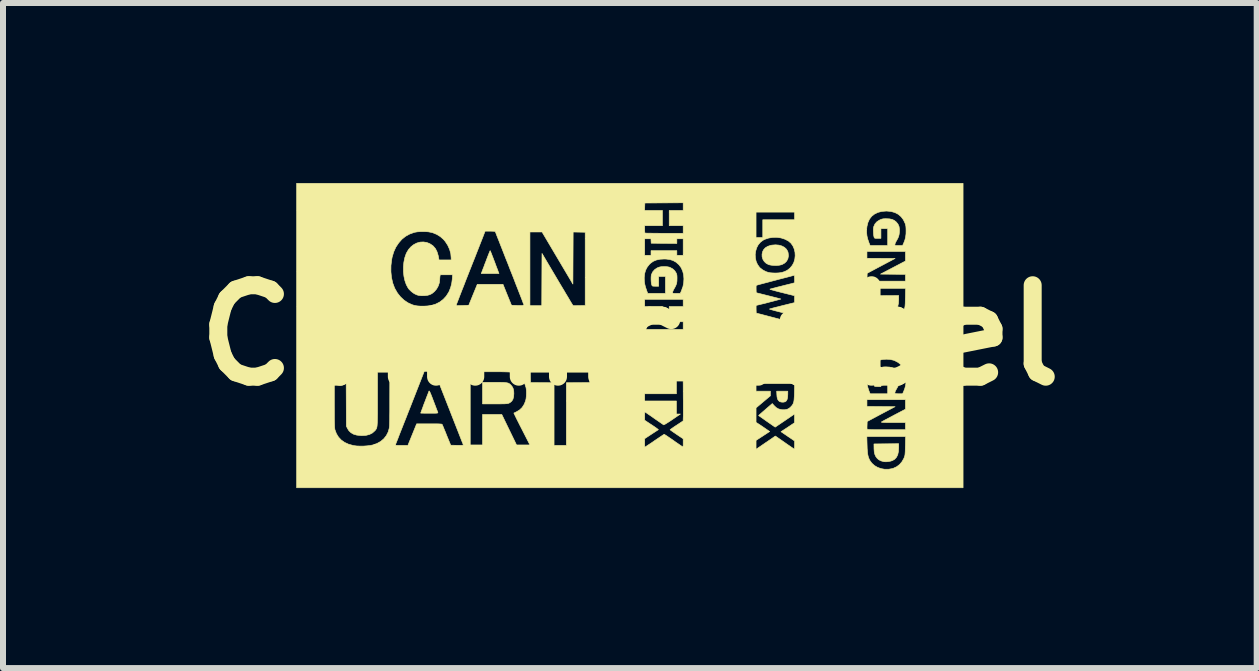
<source format=kicad_pcb>
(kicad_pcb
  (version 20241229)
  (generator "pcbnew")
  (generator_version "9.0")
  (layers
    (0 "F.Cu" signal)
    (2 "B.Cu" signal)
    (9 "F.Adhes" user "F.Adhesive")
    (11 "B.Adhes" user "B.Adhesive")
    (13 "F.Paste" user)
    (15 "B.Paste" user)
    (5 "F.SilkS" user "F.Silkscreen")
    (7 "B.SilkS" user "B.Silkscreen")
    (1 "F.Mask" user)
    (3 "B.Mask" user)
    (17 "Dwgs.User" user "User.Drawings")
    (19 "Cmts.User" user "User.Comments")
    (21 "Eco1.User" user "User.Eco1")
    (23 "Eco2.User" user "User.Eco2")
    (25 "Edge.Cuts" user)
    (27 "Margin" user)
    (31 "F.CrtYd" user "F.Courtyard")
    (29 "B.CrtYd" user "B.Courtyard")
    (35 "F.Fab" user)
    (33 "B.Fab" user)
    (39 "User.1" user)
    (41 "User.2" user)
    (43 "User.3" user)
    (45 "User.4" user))
  (footprint "CommsLabel"
    (layer "F.Cu")
    (at 7.446 2.538)
    (property "Reference" "CommsLabel" (at 0 0 0) (layer "F.SilkS") (effects (font (size 1.524 1.524) (thickness 0.3))))
    (attr through_hole)
    (fp_poly (pts (xy 2.632 0.982) (xy 2.629 1.031) (xy 2.621 1.068) (xy 2.607 1.093) (xy 2.586 1.108) (xy 2.557 1.114) (xy 2.548 1.114) (xy 2.523 1.112) (xy 2.501 1.106) (xy 2.496 1.104) (xy 2.476 1.087) (xy 2.462 1.063) (xy 2.453 1.027) (xy 2.45 0.99) (xy 2.447 0.931) (xy 2.632 0.931) (xy 2.632 0.982)) (stroke (width 0.01) (type solid)) (fill yes) (layer "F.SilkS"))
    (fp_poly (pts (xy 4.48 -0.598) (xy 4.476 -0.533) (xy 4.464 -0.48) (xy 4.443 -0.437) (xy 4.413 -0.405) (xy 4.379 -0.384) (xy 4.342 -0.372) (xy 4.298 -0.365) (xy 4.254 -0.363) (xy 4.223 -0.367) (xy 4.188 -0.376) (xy 4.161 -0.388) (xy 4.137 -0.405) (xy 4.128 -0.413) (xy 4.103 -0.441) (xy 4.086 -0.476) (xy 4.075 -0.519) (xy 4.069 -0.573) (xy 4.069 -0.589) (xy 4.068 -0.66) (xy 4.274 -0.662) (xy 4.48 -0.663) (xy 4.48 -0.598)) (stroke (width 0.01) (type solid)) (fill yes) (layer "F.SilkS"))
    (fp_poly (pts (xy 4.48 1.872) (xy 4.476 1.936) (xy 4.464 1.99) (xy 4.443 2.032) (xy 4.413 2.065) (xy 4.379 2.085) (xy 4.348 2.096) (xy 4.311 2.103) (xy 4.272 2.107) (xy 4.24 2.106) (xy 4.233 2.105) (xy 4.185 2.092) (xy 4.148 2.073) (xy 4.122 2.05) (xy 4.099 2.02) (xy 4.083 1.985) (xy 4.073 1.942) (xy 4.069 1.89) (xy 4.069 1.879) (xy 4.068 1.81) (xy 4.274 1.808) (xy 4.48 1.806) (xy 4.48 1.872)) (stroke (width 0.01) (type solid)) (fill yes) (layer "F.SilkS"))
    (fp_poly (pts (xy -2.325 -1.405) (xy -2.317 -1.387) (xy -2.306 -1.36) (xy -2.293 -1.325) (xy -2.277 -1.285) (xy -2.27 -1.265) (xy -2.252 -1.219) (xy -2.236 -1.175) (xy -2.221 -1.135) (xy -2.208 -1.102) (xy -2.199 -1.079) (xy -2.198 -1.074) (xy -2.181 -1.03) (xy -2.476 -1.03) (xy -2.463 -1.064) (xy -2.457 -1.08) (xy -2.447 -1.107) (xy -2.433 -1.142) (xy -2.418 -1.184) (xy -2.4 -1.229) (xy -2.391 -1.254) (xy -2.374 -1.298) (xy -2.359 -1.337) (xy -2.346 -1.37) (xy -2.336 -1.394) (xy -2.33 -1.408) (xy -2.328 -1.411) (xy -2.325 -1.405)) (stroke (width 0.01) (type solid)) (fill yes) (layer "F.SilkS"))
    (fp_poly (pts (xy 2.484 -1.503) (xy 2.533 -1.489) (xy 2.575 -1.467) (xy 2.608 -1.437) (xy 2.631 -1.399) (xy 2.638 -1.374) (xy 2.643 -1.323) (xy 2.634 -1.278) (xy 2.613 -1.237) (xy 2.581 -1.205) (xy 2.539 -1.181) (xy 2.525 -1.176) (xy 2.489 -1.168) (xy 2.445 -1.164) (xy 2.398 -1.165) (xy 2.354 -1.169) (xy 2.317 -1.177) (xy 2.314 -1.178) (xy 2.273 -1.199) (xy 2.24 -1.23) (xy 2.217 -1.267) (xy 2.204 -1.309) (xy 2.203 -1.353) (xy 2.214 -1.397) (xy 2.227 -1.424) (xy 2.256 -1.457) (xy 2.296 -1.482) (xy 2.346 -1.499) (xy 2.367 -1.503) (xy 2.428 -1.508) (xy 2.484 -1.503)) (stroke (width 0.01) (type solid)) (fill yes) (layer "F.SilkS"))
    (fp_poly (pts (xy -2.256 0.783) (xy -2.192 0.783) (xy -2.141 0.784) (xy -2.1 0.785) (xy -2.069 0.788) (xy -2.044 0.792) (xy -2.025 0.797) (xy -2.01 0.805) (xy -1.996 0.815) (xy -1.983 0.828) (xy -1.974 0.838) (xy -1.954 0.865) (xy -1.942 0.894) (xy -1.935 0.93) (xy -1.933 0.97) (xy -1.937 1.023) (xy -1.948 1.065) (xy -1.968 1.097) (xy -1.997 1.121) (xy -2.014 1.13) (xy -2.024 1.134) (xy -2.035 1.136) (xy -2.049 1.139) (xy -2.069 1.14) (xy -2.095 1.142) (xy -2.13 1.142) (xy -2.175 1.143) (xy -2.232 1.143) (xy -2.249 1.143) (xy -2.455 1.143) (xy -2.455 0.783) (xy -2.256 0.783)) (stroke (width 0.01) (type solid)) (fill yes) (layer "F.SilkS"))
    (fp_poly (pts (xy -3.342 0.928) (xy -3.336 0.938) (xy -3.326 0.958) (xy -3.313 0.989) (xy -3.296 1.032) (xy -3.275 1.088) (xy -3.272 1.095) (xy -3.254 1.143) (xy -3.237 1.187) (xy -3.223 1.225) (xy -3.211 1.255) (xy -3.203 1.276) (xy -3.2 1.286) (xy -3.199 1.29) (xy -3.201 1.293) (xy -3.209 1.295) (xy -3.223 1.297) (xy -3.245 1.298) (xy -3.278 1.298) (xy -3.323 1.298) (xy -3.34 1.298) (xy -3.384 1.298) (xy -3.422 1.298) (xy -3.453 1.297) (xy -3.475 1.297) (xy -3.485 1.296) (xy -3.485 1.296) (xy -3.483 1.288) (xy -3.476 1.27) (xy -3.466 1.242) (xy -3.453 1.208) (xy -3.439 1.168) (xy -3.423 1.126) (xy -3.406 1.083) (xy -3.391 1.042) (xy -3.376 1.004) (xy -3.363 0.971) (xy -3.354 0.946) (xy -3.348 0.931) (xy -3.346 0.927) (xy -3.342 0.928)) (stroke (width 0.01) (type solid)) (fill yes) (layer "F.SilkS"))
    (fp_poly (pts (xy 5.553 2.54) (xy -5.553 2.54) (xy -5.553 0.614) (xy -4.925 0.614) (xy -4.925 1.074) (xy -4.925 1.17) (xy -4.924 1.253) (xy -4.924 1.324) (xy -4.924 1.384) (xy -4.923 1.433) (xy -4.922 1.474) (xy -4.921 1.506) (xy -4.92 1.531) (xy -4.918 1.55) (xy -4.916 1.564) (xy -4.915 1.572) (xy -4.89 1.639) (xy -4.855 1.696) (xy -4.809 1.745) (xy -4.752 1.785) (xy -4.686 1.815) (xy -4.608 1.836) (xy -4.598 1.838) (xy -4.552 1.844) (xy -4.498 1.846) (xy -4.44 1.846) (xy -4.382 1.842) (xy -4.33 1.836) (xy -4.288 1.828) (xy -4.284 1.827) (xy -3.906 1.827) (xy -3.903 1.83) (xy -3.895 1.832) (xy -3.878 1.834) (xy -3.851 1.834) (xy -3.813 1.834) (xy -3.805 1.834) (xy -3.699 1.834) (xy -3.626 1.655) (xy -3.553 1.475) (xy -3.343 1.475) (xy -3.276 1.475) (xy -3.222 1.475) (xy -3.181 1.476) (xy -3.153 1.478) (xy -3.135 1.48) (xy -3.129 1.483) (xy -3.125 1.491) (xy -3.116 1.511) (xy -3.104 1.54) (xy -3.089 1.577) (xy -3.071 1.619) (xy -3.055 1.661) (xy -2.985 1.831) (xy -2.878 1.833) (xy -2.838 1.833) (xy -2.805 1.833) (xy -2.784 1.831) (xy -2.774 1.829) (xy -2.774 1.828) (xy -2.777 1.821) (xy -2.784 1.801) (xy -2.797 1.77) (xy -2.813 1.729) (xy -2.833 1.678) (xy -2.856 1.619) (xy -2.882 1.553) (xy -2.911 1.479) (xy -2.942 1.4) (xy -2.975 1.316) (xy -3.009 1.228) (xy -3.016 1.211) (xy -3.253 0.607) (xy -2.66 0.607) (xy -2.66 1.827) (xy -2.455 1.827) (xy -2.455 1.319) (xy -2.295 1.319) (xy -2.134 1.319) (xy -2.011 1.573) (xy -1.888 1.827) (xy -1.665 1.827) (xy -1.8 1.562) (xy -1.829 1.506) (xy -1.855 1.454) (xy -1.879 1.407) (xy -1.899 1.366) (xy -1.915 1.333) (xy -1.926 1.31) (xy -1.932 1.297) (xy -1.932 1.295) (xy -1.925 1.292) (xy -1.909 1.284) (xy -1.89 1.275) (xy -1.838 1.244) (xy -1.795 1.203) (xy -1.761 1.15) (xy -1.739 1.096) (xy -1.73 1.06) (xy -1.725 1.014) (xy -1.723 0.966) (xy -1.724 0.918) (xy -1.729 0.877) (xy -1.732 0.865) (xy -1.754 0.799) (xy -1.786 0.741) (xy -1.829 0.692) (xy -1.88 0.653) (xy -1.939 0.625) (xy -1.965 0.618) (xy -1.977 0.615) (xy -1.985 0.614) (xy -1.658 0.614) (xy -1.657 0.7) (xy -1.655 0.787) (xy -1.459 0.789) (xy -1.263 0.79) (xy -1.263 1.834) (xy -1.058 1.834) (xy -1.058 0.974) (xy 0.247 0.974) (xy 0.247 1.094) (xy 0.776 1.094) (xy 0.776 1.312) (xy 0.842 1.312) (xy 0.707 1.404) (xy 0.661 1.435) (xy 0.623 1.459) (xy 0.594 1.477) (xy 0.573 1.488) (xy 0.563 1.492) (xy 0.563 1.491) (xy 0.555 1.486) (xy 0.537 1.474) (xy 0.511 1.456) (xy 0.478 1.433) (xy 0.44 1.407) (xy 0.404 1.382) (xy 0.364 1.353) (xy 0.327 1.328) (xy 0.296 1.307) (xy 0.272 1.29) (xy 0.256 1.28) (xy 0.251 1.277) (xy 0.249 1.284) (xy 0.248 1.301) (xy 0.247 1.327) (xy 0.247 1.346) (xy 0.247 1.415) (xy 0.342 1.478) (xy 0.376 1.5) (xy 0.407 1.521) (xy 0.433 1.539) (xy 0.451 1.552) (xy 0.456 1.556) (xy 0.476 1.572) (xy 0.361 1.647) (xy 0.247 1.722) (xy 0.247 1.793) (xy 0.247 1.822) (xy 0.248 1.845) (xy 0.25 1.86) (xy 0.251 1.863) (xy 0.258 1.859) (xy 0.274 1.848) (xy 0.3 1.831) (xy 0.332 1.81) (xy 0.37 1.785) (xy 0.411 1.756) (xy 0.411 1.756) (xy 0.453 1.728) (xy 0.49 1.703) (xy 0.523 1.681) (xy 0.548 1.664) (xy 0.565 1.653) (xy 0.572 1.649) (xy 0.578 1.652) (xy 0.595 1.663) (xy 0.62 1.679) (xy 0.652 1.701) (xy 0.689 1.726) (xy 0.724 1.75) (xy 0.764 1.779) (xy 0.801 1.804) (xy 0.833 1.826) (xy 0.858 1.843) (xy 0.874 1.854) (xy 0.88 1.858) (xy 0.884 1.858) (xy 0.887 1.848) (xy 0.889 1.829) (xy 0.889 1.797) (xy 0.889 1.794) (xy 0.889 1.724) (xy 0.78 1.651) (xy 0.745 1.627) (xy 0.716 1.607) (xy 0.692 1.59) (xy 0.676 1.578) (xy 0.671 1.573) (xy 0.671 1.573) (xy 0.676 1.569) (xy 0.692 1.557) (xy 0.715 1.541) (xy 0.745 1.52) (xy 0.779 1.498) (xy 0.888 1.426) (xy 0.89 1.364) (xy 0.891 1.342) (xy 0.891 1.309) (xy 0.891 1.266) (xy 0.891 1.214) (xy 0.891 1.157) (xy 0.891 1.095) (xy 0.89 1.032) (xy 0.89 1.032) (xy 0.889 0.804) (xy 2.103 0.804) (xy 2.103 0.931) (xy 2.342 0.931) (xy 2.342 1.008) (xy 2.223 1.108) (xy 2.103 1.209) (xy 2.103 1.45) (xy 2.168 1.492) (xy 2.201 1.514) (xy 2.236 1.538) (xy 2.268 1.56) (xy 2.281 1.569) (xy 2.33 1.603) (xy 2.103 1.751) (xy 2.103 1.899) (xy 2.214 1.823) (xy 2.253 1.796) (xy 2.292 1.77) (xy 2.328 1.745) (xy 2.358 1.725) (xy 2.375 1.713) (xy 2.425 1.678) (xy 2.576 1.783) (xy 2.617 1.812) (xy 2.655 1.838) (xy 2.687 1.86) (xy 2.712 1.877) (xy 2.729 1.889) (xy 2.736 1.893) (xy 2.74 1.893) (xy 2.743 1.884) (xy 2.744 1.864) (xy 2.745 1.832) (xy 2.745 1.829) (xy 2.745 1.76) (xy 2.637 1.686) (xy 3.949 1.686) (xy 3.953 1.826) (xy 3.955 1.887) (xy 3.959 1.936) (xy 3.963 1.977) (xy 3.97 2.01) (xy 3.978 2.039) (xy 3.99 2.066) (xy 3.998 2.083) (xy 4.032 2.13) (xy 4.076 2.17) (xy 4.127 2.2) (xy 4.185 2.221) (xy 4.247 2.232) (xy 4.31 2.232) (xy 4.374 2.221) (xy 4.392 2.215) (xy 4.446 2.19) (xy 4.495 2.153) (xy 4.535 2.106) (xy 4.566 2.051) (xy 4.572 2.037) (xy 4.577 2.021) (xy 4.582 2.006) (xy 4.585 1.989) (xy 4.587 1.967) (xy 4.589 1.939) (xy 4.59 1.901) (xy 4.591 1.853) (xy 4.592 1.84) (xy 4.595 1.686) (xy 3.949 1.686) (xy 2.637 1.686) (xy 2.632 1.683) (xy 2.519 1.606) (xy 2.632 1.532) (xy 2.744 1.457) (xy 2.744 1.384) (xy 2.745 1.311) (xy 2.583 1.421) (xy 2.422 1.53) (xy 2.285 1.435) (xy 2.247 1.408) (xy 2.212 1.383) (xy 2.183 1.363) (xy 2.162 1.348) (xy 2.149 1.339) (xy 2.146 1.337) (xy 2.151 1.332) (xy 2.164 1.319) (xy 2.186 1.3) (xy 2.213 1.276) (xy 2.246 1.248) (xy 2.259 1.236) (xy 2.374 1.137) (xy 2.405 1.172) (xy 2.441 1.206) (xy 2.479 1.227) (xy 2.523 1.238) (xy 2.54 1.24) (xy 2.586 1.24) (xy 2.623 1.232) (xy 2.655 1.216) (xy 2.681 1.193) (xy 2.699 1.174) (xy 2.712 1.156) (xy 2.723 1.135) (xy 2.731 1.111) (xy 2.736 1.081) (xy 2.737 1.072) (xy 3.951 1.072) (xy 3.951 1.185) (xy 4.42 1.189) (xy 4.187 1.312) (xy 3.955 1.436) (xy 3.953 1.495) (xy 3.952 1.524) (xy 3.952 1.547) (xy 3.954 1.562) (xy 3.954 1.564) (xy 3.957 1.566) (xy 3.966 1.568) (xy 3.98 1.57) (xy 4.002 1.571) (xy 4.033 1.572) (xy 4.073 1.573) (xy 4.123 1.573) (xy 4.185 1.573) (xy 4.26 1.573) (xy 4.275 1.573) (xy 4.593 1.573) (xy 4.593 1.453) (xy 4.387 1.453) (xy 4.326 1.453) (xy 4.278 1.453) (xy 4.242 1.452) (xy 4.216 1.451) (xy 4.2 1.449) (xy 4.192 1.447) (xy 4.191 1.445) (xy 4.192 1.444) (xy 4.201 1.439) (xy 4.22 1.428) (xy 4.249 1.412) (xy 4.286 1.393) (xy 4.329 1.37) (xy 4.376 1.345) (xy 4.398 1.333) (xy 4.593 1.231) (xy 4.593 1.152) (xy 4.593 1.072) (xy 3.951 1.072) (xy 2.737 1.072) (xy 2.739 1.043) (xy 2.742 0.994) (xy 2.743 0.947) (xy 2.746 0.804) (xy 2.103 0.804) (xy 0.889 0.804) (xy 0.888 0.762) (xy 0.776 0.762) (xy 0.776 0.974) (xy 0.247 0.974) (xy -1.058 0.974) (xy -1.058 0.79) (xy -0.863 0.789) (xy -0.667 0.787) (xy -0.665 0.723) (xy 3.944 0.723) (xy 3.949 0.796) (xy 3.967 0.872) (xy 3.984 0.924) (xy 4.004 0.974) (xy 4.297 0.974) (xy 4.297 0.691) (xy 4.184 0.691) (xy 4.184 0.854) (xy 4.131 0.854) (xy 4.104 0.853) (xy 4.087 0.852) (xy 4.078 0.848) (xy 4.073 0.841) (xy 4.07 0.834) (xy 4.065 0.812) (xy 4.061 0.781) (xy 4.059 0.745) (xy 4.058 0.71) (xy 4.06 0.679) (xy 4.064 0.659) (xy 4.084 0.615) (xy 4.114 0.58) (xy 4.154 0.552) (xy 4.16 0.549) (xy 4.185 0.538) (xy 4.205 0.531) (xy 4.226 0.527) (xy 4.254 0.526) (xy 4.272 0.526) (xy 4.325 0.529) (xy 4.369 0.538) (xy 4.405 0.554) (xy 4.437 0.578) (xy 4.441 0.582) (xy 4.469 0.618) (xy 4.487 0.66) (xy 4.493 0.71) (xy 4.492 0.744) (xy 4.488 0.785) (xy 4.48 0.818) (xy 4.468 0.849) (xy 4.449 0.884) (xy 4.445 0.891) (xy 4.431 0.916) (xy 4.421 0.938) (xy 4.417 0.954) (xy 4.417 0.956) (xy 4.417 0.964) (xy 4.42 0.969) (xy 4.429 0.972) (xy 4.446 0.973) (xy 4.473 0.974) (xy 4.481 0.974) (xy 4.545 0.974) (xy 4.562 0.937) (xy 4.582 0.885) (xy 4.595 0.835) (xy 4.602 0.78) (xy 4.603 0.727) (xy 4.602 0.686) (xy 4.6 0.655) (xy 4.595 0.63) (xy 4.588 0.606) (xy 4.587 0.603) (xy 4.558 0.543) (xy 4.519 0.492) (xy 4.471 0.452) (xy 4.414 0.422) (xy 4.392 0.414) (xy 4.337 0.402) (xy 4.277 0.398) (xy 4.216 0.402) (xy 4.158 0.414) (xy 4.106 0.432) (xy 4.078 0.448) (xy 4.03 0.487) (xy 3.992 0.536) (xy 3.965 0.592) (xy 3.949 0.655) (xy 3.944 0.723) (xy -0.665 0.723) (xy -0.665 0.7) (xy -0.663 0.614) (xy -1.658 0.614) (xy -1.985 0.614) (xy -1.993 0.613) (xy -2.013 0.611) (xy -2.039 0.61) (xy -2.071 0.609) (xy -2.113 0.608) (xy -2.164 0.607) (xy -2.226 0.607) (xy -2.3 0.607) (xy -2.333 0.607) (xy -2.66 0.607) (xy -3.253 0.607) (xy -3.256 0.6) (xy -3.341 0.6) (xy -3.426 0.6) (xy -3.663 1.205) (xy -3.698 1.293) (xy -3.731 1.378) (xy -3.763 1.458) (xy -3.792 1.532) (xy -3.819 1.6) (xy -3.843 1.661) (xy -3.863 1.714) (xy -3.88 1.757) (xy -3.893 1.79) (xy -3.902 1.812) (xy -3.906 1.822) (xy -3.906 1.822) (xy -3.906 1.827) (xy -4.284 1.827) (xy -4.215 1.803) (xy -4.152 1.768) (xy -4.1 1.724) (xy -4.058 1.671) (xy -4.027 1.61) (xy -4.011 1.553) (xy -4.009 1.541) (xy -4.007 1.524) (xy -4.005 1.502) (xy -4.004 1.473) (xy -4.003 1.437) (xy -4.002 1.392) (xy -4.002 1.338) (xy -4.001 1.274) (xy -4.001 1.198) (xy -4.001 1.109) (xy -4.001 1.06) (xy -4 0.614) (xy -4.205 0.614) (xy -4.205 1.057) (xy -4.205 1.151) (xy -4.205 1.232) (xy -4.205 1.301) (xy -4.206 1.36) (xy -4.207 1.408) (xy -4.208 1.448) (xy -4.21 1.48) (xy -4.212 1.506) (xy -4.215 1.526) (xy -4.219 1.543) (xy -4.224 1.556) (xy -4.23 1.566) (xy -4.237 1.576) (xy -4.245 1.586) (xy -4.251 1.592) (xy -4.29 1.627) (xy -4.339 1.652) (xy -4.398 1.667) (xy -4.466 1.671) (xy -4.486 1.67) (xy -4.551 1.663) (xy -4.605 1.647) (xy -4.648 1.622) (xy -4.682 1.589) (xy -4.704 1.554) (xy -4.724 1.513) (xy -4.726 1.064) (xy -4.728 0.614) (xy -4.925 0.614) (xy -5.553 0.614) (xy -5.553 -1.061) (xy -3.982 -1.061) (xy -3.972 -0.963) (xy -3.951 -0.87) (xy -3.919 -0.785) (xy -3.915 -0.778) (xy -3.873 -0.705) (xy -3.822 -0.641) (xy -3.763 -0.586) (xy -3.698 -0.542) (xy -3.627 -0.51) (xy -3.598 -0.501) (xy -3.549 -0.491) (xy -3.491 -0.486) (xy -3.428 -0.486) (xy -3.366 -0.49) (xy -3.341 -0.494) (xy -2.894 -0.494) (xy -2.79 -0.495) (xy -2.686 -0.497) (xy -2.614 -0.674) (xy -2.542 -0.85) (xy -2.114 -0.85) (xy -2.043 -0.674) (xy -1.971 -0.497) (xy -1.868 -0.495) (xy -1.824 -0.495) (xy -1.794 -0.495) (xy -1.775 -0.497) (xy -1.765 -0.5) (xy -1.764 -0.502) (xy -1.766 -0.51) (xy -1.774 -0.529) (xy -1.786 -0.561) (xy -1.801 -0.602) (xy -1.821 -0.653) (xy -1.844 -0.712) (xy -1.87 -0.779) (xy -1.899 -0.852) (xy -1.929 -0.931) (xy -1.962 -1.015) (xy -1.997 -1.102) (xy -2 -1.111) (xy -2.034 -1.199) (xy -2.068 -1.283) (xy -2.099 -1.363) (xy -2.128 -1.437) (xy -2.155 -1.505) (xy -2.178 -1.565) (xy -2.199 -1.617) (xy -2.216 -1.66) (xy -2.228 -1.692) (xy -2.237 -1.714) (xy -2.24 -1.722) (xy -1.665 -1.722) (xy -1.665 -0.494) (xy -1.468 -0.494) (xy -1.466 -0.93) (xy -1.464 -1.365) (xy -1.218 -0.949) (xy -1.176 -0.878) (xy -1.136 -0.811) (xy -1.098 -0.748) (xy -1.064 -0.69) (xy -1.033 -0.639) (xy -1.007 -0.595) (xy -0.986 -0.559) (xy -0.97 -0.533) (xy -0.96 -0.517) (xy -0.958 -0.513) (xy -0.944 -0.494) (xy -0.744 -0.497) (xy -0.744 -0.6) (xy 0.247 -0.6) (xy 0.247 -0.48) (xy 0.543 -0.48) (xy 0.543 -0.226) (xy 0.247 -0.226) (xy 0.247 -0.099) (xy 0.889 -0.099) (xy 0.889 -0.226) (xy 0.656 -0.226) (xy 0.656 -0.48) (xy 0.889 -0.48) (xy 0.889 -0.6) (xy 0.247 -0.6) (xy -0.744 -0.6) (xy -0.744 -0.943) (xy 0.24 -0.943) (xy 0.242 -0.896) (xy 0.249 -0.851) (xy 0.261 -0.803) (xy 0.28 -0.748) (xy 0.28 -0.747) (xy 0.298 -0.699) (xy 0.593 -0.699) (xy 0.593 -0.981) (xy 0.48 -0.981) (xy 0.48 -0.818) (xy 0.427 -0.818) (xy 0.4 -0.819) (xy 0.383 -0.82) (xy 0.374 -0.824) (xy 0.368 -0.832) (xy 0.366 -0.838) (xy 0.36 -0.859) (xy 0.356 -0.89) (xy 0.354 -0.926) (xy 0.354 -0.961) (xy 0.356 -0.992) (xy 0.36 -1.013) (xy 0.382 -1.059) (xy 0.415 -1.096) (xy 0.457 -1.124) (xy 0.49 -1.137) (xy 0.519 -1.143) (xy 0.555 -1.145) (xy 0.594 -1.145) (xy 0.63 -1.142) (xy 0.659 -1.136) (xy 0.667 -1.133) (xy 0.712 -1.109) (xy 0.745 -1.08) (xy 0.766 -1.049) (xy 0.776 -1.03) (xy 0.782 -1.012) (xy 0.785 -0.992) (xy 0.786 -0.965) (xy 0.786 -0.949) (xy 0.785 -0.904) (xy 0.78 -0.868) (xy 0.769 -0.836) (xy 0.752 -0.801) (xy 0.741 -0.782) (xy 0.727 -0.757) (xy 0.717 -0.734) (xy 0.713 -0.718) (xy 0.713 -0.717) (xy 0.713 -0.708) (xy 0.716 -0.703) (xy 0.725 -0.7) (xy 0.742 -0.699) (xy 0.769 -0.699) (xy 0.777 -0.699) (xy 0.84 -0.699) (xy 0.857 -0.736) (xy 0.882 -0.804) (xy 0.884 -0.809) (xy 2.104 -0.809) (xy 2.104 -0.784) (xy 2.104 -0.771) (xy 2.106 -0.71) (xy 2.309 -0.659) (xy 2.361 -0.646) (xy 2.408 -0.634) (xy 2.448 -0.624) (xy 2.481 -0.615) (xy 2.503 -0.609) (xy 2.515 -0.606) (xy 2.516 -0.605) (xy 2.51 -0.603) (xy 2.493 -0.598) (xy 2.466 -0.59) (xy 2.431 -0.581) (xy 2.391 -0.57) (xy 2.347 -0.559) (xy 2.302 -0.547) (xy 2.257 -0.535) (xy 2.215 -0.525) (xy 2.177 -0.516) (xy 2.146 -0.508) (xy 2.124 -0.503) (xy 2.112 -0.501) (xy 2.111 -0.501) (xy 2.107 -0.497) (xy 2.104 -0.485) (xy 2.104 -0.463) (xy 2.104 -0.436) (xy 2.106 -0.371) (xy 2.42 -0.289) (xy 2.484 -0.272) (xy 2.544 -0.256) (xy 2.599 -0.242) (xy 2.646 -0.229) (xy 2.685 -0.219) (xy 2.715 -0.212) (xy 2.733 -0.207) (xy 2.739 -0.205) (xy 2.742 -0.212) (xy 2.743 -0.229) (xy 2.744 -0.254) (xy 2.745 -0.267) (xy 2.745 -0.33) (xy 2.533 -0.381) (xy 2.481 -0.394) (xy 2.434 -0.406) (xy 2.393 -0.417) (xy 2.361 -0.426) (xy 2.339 -0.433) (xy 2.327 -0.437) (xy 2.327 -0.438) (xy 2.334 -0.441) (xy 2.354 -0.446) (xy 2.385 -0.455) (xy 2.423 -0.465) (xy 2.469 -0.476) (xy 2.519 -0.489) (xy 2.538 -0.494) (xy 2.745 -0.545) (xy 2.745 -0.66) (xy 2.533 -0.713) (xy 2.469 -0.729) (xy 2.417 -0.743) (xy 2.377 -0.754) (xy 2.35 -0.762) (xy 2.336 -0.768) (xy 2.335 -0.77) (xy 2.345 -0.773) (xy 2.367 -0.779) (xy 2.382 -0.783) (xy 3.949 -0.783) (xy 3.953 -0.644) (xy 3.955 -0.583) (xy 3.959 -0.533) (xy 3.963 -0.493) (xy 3.97 -0.459) (xy 3.978 -0.43) (xy 3.99 -0.404) (xy 3.998 -0.387) (xy 4.032 -0.339) (xy 4.076 -0.3) (xy 4.127 -0.269) (xy 4.185 -0.248) (xy 4.247 -0.237) (xy 4.31 -0.237) (xy 4.374 -0.249) (xy 4.392 -0.254) (xy 4.446 -0.279) (xy 4.495 -0.316) (xy 4.535 -0.363) (xy 4.566 -0.418) (xy 4.572 -0.432) (xy 4.577 -0.448) (xy 4.582 -0.463) (xy 4.585 -0.481) (xy 4.587 -0.502) (xy 4.589 -0.531) (xy 4.59 -0.568) (xy 4.591 -0.617) (xy 4.592 -0.63) (xy 4.595 -0.783) (xy 3.949 -0.783) (xy 2.382 -0.783) (xy 2.399 -0.787) (xy 2.438 -0.798) (xy 2.483 -0.809) (xy 2.52 -0.818) (xy 2.569 -0.831) (xy 2.614 -0.842) (xy 2.654 -0.852) (xy 2.687 -0.86) (xy 2.709 -0.866) (xy 2.718 -0.869) (xy 2.745 -0.875) (xy 2.745 -0.903) (xy 3.951 -0.903) (xy 4.593 -0.903) (xy 4.593 -1.016) (xy 4.177 -1.02) (xy 4.593 -1.238) (xy 4.593 -1.397) (xy 3.951 -1.397) (xy 3.951 -1.284) (xy 4.42 -1.281) (xy 3.955 -1.034) (xy 3.951 -0.903) (xy 2.745 -0.903) (xy 2.745 -0.939) (xy 2.744 -0.969) (xy 2.743 -0.988) (xy 2.741 -0.997) (xy 2.736 -1) (xy 2.732 -0.999) (xy 2.722 -0.996) (xy 2.7 -0.99) (xy 2.669 -0.982) (xy 2.632 -0.972) (xy 2.59 -0.961) (xy 2.582 -0.959) (xy 2.527 -0.945) (xy 2.469 -0.93) (xy 2.41 -0.914) (xy 2.352 -0.899) (xy 2.297 -0.884) (xy 2.246 -0.871) (xy 2.201 -0.859) (xy 2.163 -0.849) (xy 2.135 -0.841) (xy 2.118 -0.836) (xy 2.115 -0.835) (xy 2.109 -0.832) (xy 2.105 -0.824) (xy 2.104 -0.809) (xy 0.884 -0.809) (xy 0.897 -0.873) (xy 0.901 -0.942) (xy 0.896 -1.009) (xy 0.88 -1.071) (xy 0.855 -1.127) (xy 0.82 -1.174) (xy 0.814 -1.18) (xy 0.769 -1.219) (xy 0.721 -1.246) (xy 0.667 -1.263) (xy 0.605 -1.271) (xy 0.572 -1.272) (xy 0.502 -1.268) (xy 0.442 -1.255) (xy 0.391 -1.234) (xy 0.346 -1.202) (xy 0.325 -1.182) (xy 0.289 -1.136) (xy 0.263 -1.086) (xy 0.247 -1.03) (xy 0.24 -0.966) (xy 0.24 -0.943) (xy -0.744 -0.943) (xy -0.744 -1.609) (xy 0.247 -1.609) (xy 0.247 -1.333) (xy 0.353 -1.333) (xy 0.353 -1.411) (xy 0.783 -1.411) (xy 0.783 -1.333) (xy 0.889 -1.333) (xy 0.889 -1.347) (xy 2.089 -1.347) (xy 2.092 -1.29) (xy 2.104 -1.234) (xy 2.127 -1.181) (xy 2.16 -1.135) (xy 2.169 -1.125) (xy 2.214 -1.09) (xy 2.267 -1.062) (xy 2.309 -1.048) (xy 2.343 -1.042) (xy 2.385 -1.039) (xy 2.432 -1.038) (xy 2.478 -1.04) (xy 2.518 -1.045) (xy 2.535 -1.048) (xy 2.583 -1.064) (xy 2.623 -1.084) (xy 2.66 -1.113) (xy 2.671 -1.123) (xy 2.707 -1.166) (xy 2.733 -1.215) (xy 2.749 -1.27) (xy 2.755 -1.327) (xy 2.752 -1.384) (xy 2.739 -1.439) (xy 2.717 -1.49) (xy 2.686 -1.534) (xy 2.645 -1.57) (xy 2.642 -1.572) (xy 2.584 -1.602) (xy 2.519 -1.623) (xy 2.451 -1.633) (xy 2.381 -1.632) (xy 2.313 -1.621) (xy 2.25 -1.6) (xy 2.219 -1.584) (xy 2.175 -1.551) (xy 2.139 -1.508) (xy 2.113 -1.458) (xy 2.097 -1.404) (xy 2.089 -1.347) (xy 0.889 -1.347) (xy 0.889 -1.609) (xy 0.783 -1.609) (xy 0.783 -1.531) (xy 0.57 -1.533) (xy 0.356 -1.535) (xy 0.354 -1.572) (xy 0.352 -1.609) (xy 0.247 -1.609) (xy -0.744 -1.609) (xy -0.744 -1.718) (xy -0.945 -1.722) (xy -0.947 -1.288) (xy -0.949 -0.854) (xy -1.463 -1.722) (xy -1.665 -1.722) (xy -2.24 -1.722) (xy -2.24 -1.723) (xy -2.241 -1.723) (xy -2.244 -1.729) (xy -2.252 -1.732) (xy -2.266 -1.734) (xy -2.289 -1.735) (xy -2.323 -1.736) (xy -2.328 -1.736) (xy -2.412 -1.736) (xy -2.433 -1.681) (xy -2.439 -1.666) (xy -2.449 -1.639) (xy -2.464 -1.601) (xy -2.483 -1.553) (xy -2.505 -1.497) (xy -2.53 -1.433) (xy -2.558 -1.362) (xy -2.588 -1.285) (xy -2.62 -1.205) (xy -2.653 -1.121) (xy -2.671 -1.076) (xy -2.704 -0.992) (xy -2.736 -0.911) (xy -2.765 -0.835) (xy -2.793 -0.765) (xy -2.818 -0.701) (xy -2.84 -0.644) (xy -2.858 -0.596) (xy -2.873 -0.558) (xy -2.884 -0.53) (xy -2.89 -0.513) (xy -2.891 -0.51) (xy -2.894 -0.494) (xy -3.341 -0.494) (xy -3.309 -0.498) (xy -3.236 -0.52) (xy -3.169 -0.554) (xy -3.11 -0.599) (xy -3.06 -0.653) (xy -3.02 -0.716) (xy -3.014 -0.727) (xy -2.987 -0.794) (xy -2.969 -0.862) (xy -2.959 -0.936) (xy -2.958 -0.946) (xy -2.954 -1.009) (xy -3.159 -1.009) (xy -3.164 -0.987) (xy -3.166 -0.965) (xy -3.168 -0.939) (xy -3.168 -0.935) (xy -3.174 -0.878) (xy -3.192 -0.824) (xy -3.22 -0.773) (xy -3.256 -0.73) (xy -3.299 -0.695) (xy -3.336 -0.677) (xy -3.375 -0.666) (xy -3.422 -0.661) (xy -3.471 -0.66) (xy -3.517 -0.665) (xy -3.547 -0.673) (xy -3.594 -0.695) (xy -3.639 -0.728) (xy -3.679 -0.767) (xy -3.696 -0.79) (xy -3.726 -0.846) (xy -3.749 -0.912) (xy -3.765 -0.985) (xy -3.773 -1.062) (xy -3.773 -1.14) (xy -3.766 -1.218) (xy -3.751 -1.292) (xy -3.728 -1.359) (xy -3.721 -1.374) (xy -3.688 -1.43) (xy -3.647 -1.476) (xy -3.601 -1.512) (xy -3.55 -1.538) (xy -3.496 -1.553) (xy -3.442 -1.556) (xy -3.387 -1.548) (xy -3.335 -1.528) (xy -3.286 -1.496) (xy -3.275 -1.486) (xy -3.239 -1.444) (xy -3.213 -1.392) (xy -3.194 -1.33) (xy -3.191 -1.315) (xy -3.18 -1.256) (xy -2.977 -1.256) (xy -2.978 -1.293) (xy -2.984 -1.363) (xy -3.004 -1.433) (xy -3.035 -1.501) (xy -3.076 -1.564) (xy -3.105 -1.598) (xy -3.158 -1.645) (xy -3.216 -1.681) (xy -3.281 -1.708) (xy -3.307 -1.715) (xy -3.358 -1.725) (xy -3.418 -1.729) (xy -3.48 -1.729) (xy -3.54 -1.725) (xy -3.592 -1.716) (xy -3.593 -1.715) (xy -3.669 -1.688) (xy -3.738 -1.65) (xy -3.8 -1.6) (xy -3.853 -1.539) (xy -3.899 -1.47) (xy -3.935 -1.391) (xy -3.961 -1.304) (xy -3.968 -1.267) (xy -3.981 -1.163) (xy -3.982 -1.061) (xy -5.553 -1.061) (xy -5.553 -2.081) (xy 0.246 -2.081) (xy 0.543 -2.081) (xy 0.543 -1.827) (xy 0.247 -1.827) (xy 0.247 -1.769) (xy 0.247 -1.741) (xy 0.249 -1.719) (xy 0.251 -1.707) (xy 0.252 -1.705) (xy 0.259 -1.704) (xy 0.28 -1.703) (xy 0.312 -1.702) (xy 0.353 -1.702) (xy 0.403 -1.701) (xy 0.46 -1.701) (xy 0.522 -1.7) (xy 0.573 -1.7) (xy 0.889 -1.7) (xy 0.889 -1.827) (xy 0.656 -1.827) (xy 0.656 -2.053) (xy 2.103 -2.053) (xy 2.103 -1.63) (xy 2.215 -1.63) (xy 2.215 -1.709) (xy 3.946 -1.709) (xy 3.951 -1.659) (xy 3.962 -1.609) (xy 3.981 -1.554) (xy 3.984 -1.545) (xy 4.004 -1.496) (xy 4.297 -1.496) (xy 4.297 -1.778) (xy 4.184 -1.778) (xy 4.184 -1.616) (xy 4.131 -1.616) (xy 4.104 -1.616) (xy 4.087 -1.618) (xy 4.078 -1.621) (xy 4.073 -1.629) (xy 4.07 -1.635) (xy 4.065 -1.657) (xy 4.061 -1.688) (xy 4.059 -1.724) (xy 4.058 -1.76) (xy 4.06 -1.791) (xy 4.064 -1.81) (xy 4.084 -1.855) (xy 4.114 -1.89) (xy 4.154 -1.917) (xy 4.16 -1.92) (xy 4.185 -1.932) (xy 4.205 -1.938) (xy 4.226 -1.942) (xy 4.254 -1.943) (xy 4.272 -1.943) (xy 4.325 -1.941) (xy 4.369 -1.932) (xy 4.405 -1.916) (xy 4.437 -1.891) (xy 4.441 -1.887) (xy 4.469 -1.852) (xy 4.487 -1.81) (xy 4.493 -1.76) (xy 4.492 -1.726) (xy 4.488 -1.685) (xy 4.48 -1.652) (xy 4.468 -1.621) (xy 4.449 -1.586) (xy 4.445 -1.579) (xy 4.431 -1.554) (xy 4.421 -1.531) (xy 4.417 -1.515) (xy 4.417 -1.514) (xy 4.417 -1.505) (xy 4.42 -1.5) (xy 4.429 -1.497) (xy 4.446 -1.496) (xy 4.473 -1.496) (xy 4.481 -1.496) (xy 4.545 -1.496) (xy 4.562 -1.533) (xy 4.582 -1.584) (xy 4.595 -1.635) (xy 4.602 -1.69) (xy 4.603 -1.743) (xy 4.602 -1.784) (xy 4.6 -1.814) (xy 4.595 -1.84) (xy 4.588 -1.863) (xy 4.587 -1.866) (xy 4.558 -1.927) (xy 4.52 -1.977) (xy 4.473 -2.017) (xy 4.417 -2.046) (xy 4.353 -2.064) (xy 4.28 -2.071) (xy 4.272 -2.071) (xy 4.198 -2.065) (xy 4.133 -2.048) (xy 4.077 -2.021) (xy 4.03 -1.984) (xy 3.993 -1.936) (xy 3.967 -1.879) (xy 3.951 -1.813) (xy 3.946 -1.764) (xy 3.946 -1.709) (xy 2.215 -1.709) (xy 2.215 -1.926) (xy 2.745 -1.926) (xy 2.745 -2.053) (xy 2.103 -2.053) (xy 0.656 -2.053) (xy 0.656 -2.081) (xy 0.889 -2.081) (xy 0.889 -2.209) (xy 0.25 -2.205) (xy 0.248 -2.143) (xy 0.246 -2.081) (xy -5.553 -2.081) (xy -5.553 -2.533) (xy 5.553 -2.533) (xy 5.553 2.54)) (stroke (width 0.01) (type solid)) (fill yes) (layer "F.SilkS")))
  (gr_rect
    (start -3 -3)
    (end 17.892 8.083)
    (stroke (width 0.1) (type default))
    (fill no)
    (layer "Edge.Cuts")))
</source>
